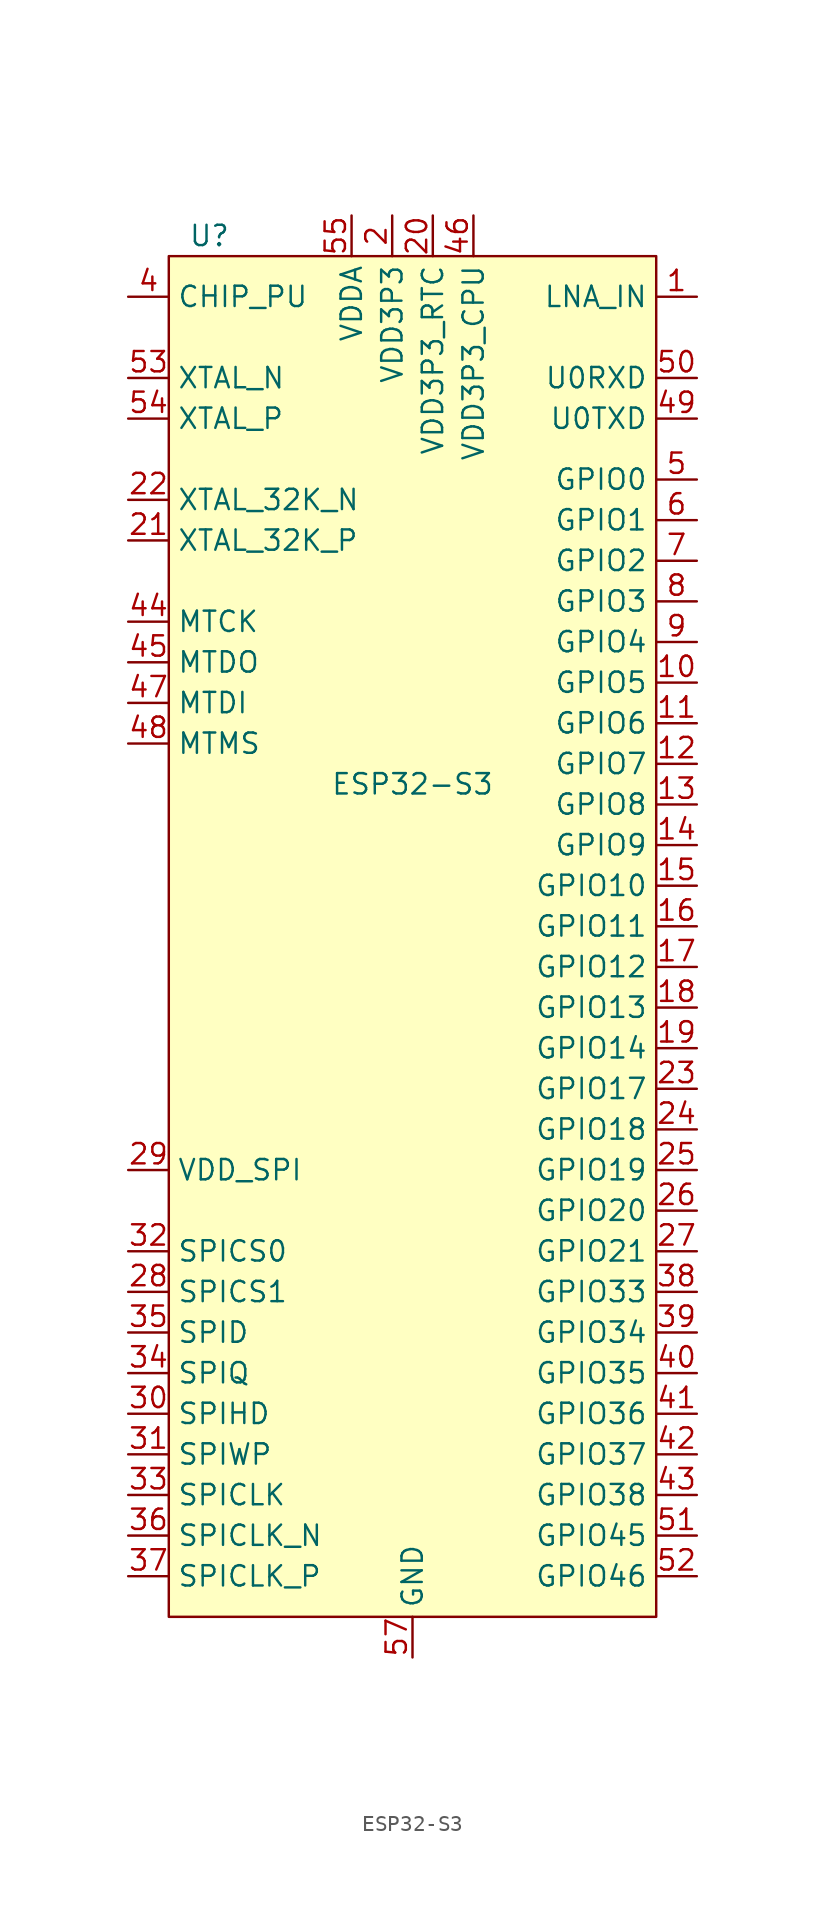
<source format=kicad_sym>
(kicad_symbol_lib
  (version 20220914)
  (generator kicad_symbol_editor)
  (symbol "ESP32-S3"
    (property "Reference" "U"
      (at -12.7 34.29 0)
      (effects (font (size 1.27 1.27))))
    (property "Value" "ESP32-S3"
      (at 0 0 0)
      (effects (font (size 1.27 1.27))))
    (symbol "ESP32-S3_0_0"
      (pin passive line (at 17.78 30.48 180) (length 2.54) (name "LNA_IN" (effects (font (size 1.27 1.27)))) (number "1" (effects (font (size 1.27 1.27)))))
      (pin bidirectional line (at 17.78 6.35 180) (length 2.54) (name "GPIO5" (effects (font (size 1.27 1.27)))) (number "10" (effects (font (size 1.27 1.27)))))
      (pin bidirectional line (at 17.78 3.81 180) (length 2.54) (name "GPIO6" (effects (font (size 1.27 1.27)))) (number "11" (effects (font (size 1.27 1.27)))))
      (pin bidirectional line (at 17.78 1.27 180) (length 2.54) (name "GPIO7" (effects (font (size 1.27 1.27)))) (number "12" (effects (font (size 1.27 1.27)))))
      (pin bidirectional line (at 17.78 -1.27 180) (length 2.54) (name "GPIO8" (effects (font (size 1.27 1.27)))) (number "13" (effects (font (size 1.27 1.27)))))
      (pin bidirectional line (at 17.78 -3.81 180) (length 2.54) (name "GPIO9" (effects (font (size 1.27 1.27)))) (number "14" (effects (font (size 1.27 1.27)))))
      (pin bidirectional line (at 17.78 -6.35 180) (length 2.54) (name "GPIO10" (effects (font (size 1.27 1.27)))) (number "15" (effects (font (size 1.27 1.27)))))
      (pin bidirectional line (at 17.78 -8.89 180) (length 2.54) (name "GPIO11" (effects (font (size 1.27 1.27)))) (number "16" (effects (font (size 1.27 1.27)))))
      (pin bidirectional line (at 17.78 -11.43 180) (length 2.54) (name "GPIO12" (effects (font (size 1.27 1.27)))) (number "17" (effects (font (size 1.27 1.27)))))
      (pin bidirectional line (at 17.78 -13.97 180) (length 2.54) (name "GPIO13" (effects (font (size 1.27 1.27)))) (number "18" (effects (font (size 1.27 1.27)))))
      (pin bidirectional line (at 17.78 -16.51 180) (length 2.54) (name "GPIO14" (effects (font (size 1.27 1.27)))) (number "19" (effects (font (size 1.27 1.27)))))
      (pin power_in line (at -1.27 35.56 270) (length 2.54) (name "VDD3P3" (effects (font (size 1.27 1.27)))) (number "2" (effects (font (size 1.27 1.27)))))
      (pin power_in line (at 1.27 35.56 270) (length 2.54) (name "VDD3P3_RTC" (effects (font (size 1.27 1.27)))) (number "20" (effects (font (size 1.27 1.27)))))
      (pin output line (at -17.78 15.24 0) (length 2.54) (name "XTAL_32K_P" (effects (font (size 1.27 1.27)))) (number "21" (effects (font (size 1.27 1.27)))))
      (pin input line (at -17.78 17.78 0) (length 2.54) (name "XTAL_32K_N" (effects (font (size 1.27 1.27)))) (number "22" (effects (font (size 1.27 1.27)))))
      (pin bidirectional line (at 17.78 -19.05 180) (length 2.54) (name "GPIO17" (effects (font (size 1.27 1.27)))) (number "23" (effects (font (size 1.27 1.27)))))
      (pin bidirectional line (at 17.78 -21.59 180) (length 2.54) (name "GPIO18" (effects (font (size 1.27 1.27)))) (number "24" (effects (font (size 1.27 1.27)))))
      (pin bidirectional line (at 17.78 -24.13 180) (length 2.54) (name "GPIO19" (effects (font (size 1.27 1.27)))) (number "25" (effects (font (size 1.27 1.27)))))
      (pin bidirectional line (at 17.78 -26.67 180) (length 2.54) (name "GPIO20" (effects (font (size 1.27 1.27)))) (number "26" (effects (font (size 1.27 1.27)))))
      (pin bidirectional line (at 17.78 -29.21 180) (length 2.54) (name "GPIO21" (effects (font (size 1.27 1.27)))) (number "27" (effects (font (size 1.27 1.27)))))
      (pin output line (at -17.78 -31.75 0) (length 2.54) (name "SPICS1" (effects (font (size 1.27 1.27)))) (number "28" (effects (font (size 1.27 1.27)))))
      (pin power_out line (at -17.78 -24.13 0) (length 2.54) (name "VDD_SPI" (effects (font (size 1.27 1.27)))) (number "29" (effects (font (size 1.27 1.27)))))
      (pin bidirectional line (at -17.78 -39.37 0) (length 2.54) (name "SPIHD" (effects (font (size 1.27 1.27)))) (number "30" (effects (font (size 1.27 1.27)))))
      (pin bidirectional line (at -17.78 -41.91 0) (length 2.54) (name "SPIWP" (effects (font (size 1.27 1.27)))) (number "31" (effects (font (size 1.27 1.27)))))
      (pin output line (at -17.78 -29.21 0) (length 2.54) (name "SPICS0" (effects (font (size 1.27 1.27)))) (number "32" (effects (font (size 1.27 1.27)))))
      (pin output line (at -17.78 -44.45 0) (length 2.54) (name "SPICLK" (effects (font (size 1.27 1.27)))) (number "33" (effects (font (size 1.27 1.27)))))
      (pin bidirectional line (at -17.78 -36.83 0) (length 2.54) (name "SPIQ" (effects (font (size 1.27 1.27)))) (number "34" (effects (font (size 1.27 1.27)))))
      (pin bidirectional line (at -17.78 -34.29 0) (length 2.54) (name "SPID" (effects (font (size 1.27 1.27)))) (number "35" (effects (font (size 1.27 1.27)))))
      (pin output line (at -17.78 -46.99 0) (length 2.54) (name "SPICLK_N" (effects (font (size 1.27 1.27)))) (number "36" (effects (font (size 1.27 1.27)))))
      (pin output line (at -17.78 -49.53 0) (length 2.54) (name "SPICLK_P" (effects (font (size 1.27 1.27)))) (number "37" (effects (font (size 1.27 1.27)))))
      (pin bidirectional line (at 17.78 -31.75 180) (length 2.54) (name "GPIO33" (effects (font (size 1.27 1.27)))) (number "38" (effects (font (size 1.27 1.27)))))
      (pin bidirectional line (at 17.78 -34.29 180) (length 2.54) (name "GPIO34" (effects (font (size 1.27 1.27)))) (number "39" (effects (font (size 1.27 1.27)))))
      (pin input line (at -17.78 30.48 0) (length 2.54) (name "CHIP_PU" (effects (font (size 1.27 1.27)))) (number "4" (effects (font (size 1.27 1.27)))))
      (pin bidirectional line (at 17.78 -36.83 180) (length 2.54) (name "GPIO35" (effects (font (size 1.27 1.27)))) (number "40" (effects (font (size 1.27 1.27)))))
      (pin bidirectional line (at 17.78 -39.37 180) (length 2.54) (name "GPIO36" (effects (font (size 1.27 1.27)))) (number "41" (effects (font (size 1.27 1.27)))))
      (pin bidirectional line (at 17.78 -41.91 180) (length 2.54) (name "GPIO37" (effects (font (size 1.27 1.27)))) (number "42" (effects (font (size 1.27 1.27)))))
      (pin bidirectional line (at 17.78 -44.45 180) (length 2.54) (name "GPIO38" (effects (font (size 1.27 1.27)))) (number "43" (effects (font (size 1.27 1.27)))))
      (pin input line (at -17.78 10.16 0) (length 2.54) (name "MTCK" (effects (font (size 1.27 1.27)))) (number "44" (effects (font (size 1.27 1.27)))))
      (pin output line (at -17.78 7.62 0) (length 2.54) (name "MTDO" (effects (font (size 1.27 1.27)))) (number "45" (effects (font (size 1.27 1.27)))))
      (pin power_in line (at 3.81 35.56 270) (length 2.54) (name "VDD3P3_CPU" (effects (font (size 1.27 1.27)))) (number "46" (effects (font (size 1.27 1.27)))))
      (pin input line (at -17.78 5.08 0) (length 2.54) (name "MTDI" (effects (font (size 1.27 1.27)))) (number "47" (effects (font (size 1.27 1.27)))))
      (pin input line (at -17.78 2.54 0) (length 2.54) (name "MTMS" (effects (font (size 1.27 1.27)))) (number "48" (effects (font (size 1.27 1.27)))))
      (pin output line (at 17.78 22.86 180) (length 2.54) (name "U0TXD" (effects (font (size 1.27 1.27)))) (number "49" (effects (font (size 1.27 1.27)))))
      (pin bidirectional line (at 17.78 19.05 180) (length 2.54) (name "GPIO0" (effects (font (size 1.27 1.27)))) (number "5" (effects (font (size 1.27 1.27)))))
      (pin input line (at 17.78 25.4 180) (length 2.54) (name "U0RXD" (effects (font (size 1.27 1.27)))) (number "50" (effects (font (size 1.27 1.27)))))
      (pin bidirectional line (at 17.78 -46.99 180) (length 2.54) (name "GPIO45" (effects (font (size 1.27 1.27)))) (number "51" (effects (font (size 1.27 1.27)))))
      (pin bidirectional line (at 17.78 -49.53 180) (length 2.54) (name "GPIO46" (effects (font (size 1.27 1.27)))) (number "52" (effects (font (size 1.27 1.27)))))
      (pin output line (at -17.78 25.4 0) (length 2.54) (name "XTAL_N" (effects (font (size 1.27 1.27)))) (number "53" (effects (font (size 1.27 1.27)))))
      (pin input line (at -17.78 22.86 0) (length 2.54) (name "XTAL_P" (effects (font (size 1.27 1.27)))) (number "54" (effects (font (size 1.27 1.27)))))
      (pin power_in line (at -3.81 35.56 270) (length 2.54) (name "VDDA" (effects (font (size 1.27 1.27)))) (number "55" (effects (font (size 1.27 1.27)))))
      (pin power_in line (at 0 -54.61 90) (length 2.54) (name "GND" (effects (font (size 1.27 1.27)))) (number "57" (effects (font (size 1.27 1.27)))))
      (pin bidirectional line (at 17.78 16.51 180) (length 2.54) (name "GPIO1" (effects (font (size 1.27 1.27)))) (number "6" (effects (font (size 1.27 1.27)))))
      (pin bidirectional line (at 17.78 13.97 180) (length 2.54) (name "GPIO2" (effects (font (size 1.27 1.27)))) (number "7" (effects (font (size 1.27 1.27)))))
      (pin bidirectional line (at 17.78 11.43 180) (length 2.54) (name "GPIO3" (effects (font (size 1.27 1.27)))) (number "8" (effects (font (size 1.27 1.27)))))
      (pin bidirectional line (at 17.78 8.89 180) (length 2.54) (name "GPIO4" (effects (font (size 1.27 1.27)))) (number "9" (effects (font (size 1.27 1.27))))))
    (symbol "ESP32-S3_1_0"
      (pin power_in line (at -1.27 35.56 270) (length 2.54) hide (name "VDD3P3" (effects (font (size 1.27 1.27)))) (number "3" (effects (font (size 1.27 1.27)))))
      (pin power_in line (at -3.81 35.56 270) (length 2.54) hide (name "VDDA" (effects (font (size 1.27 1.27)))) (number "56" (effects (font (size 1.27 1.27))))))
    (symbol "ESP32-S3_1_1"
      (rectangle (start -15.24 33.02) (end 15.24 -52.07) (stroke (width 0) (type default)) (fill (type background))))))
</source>
